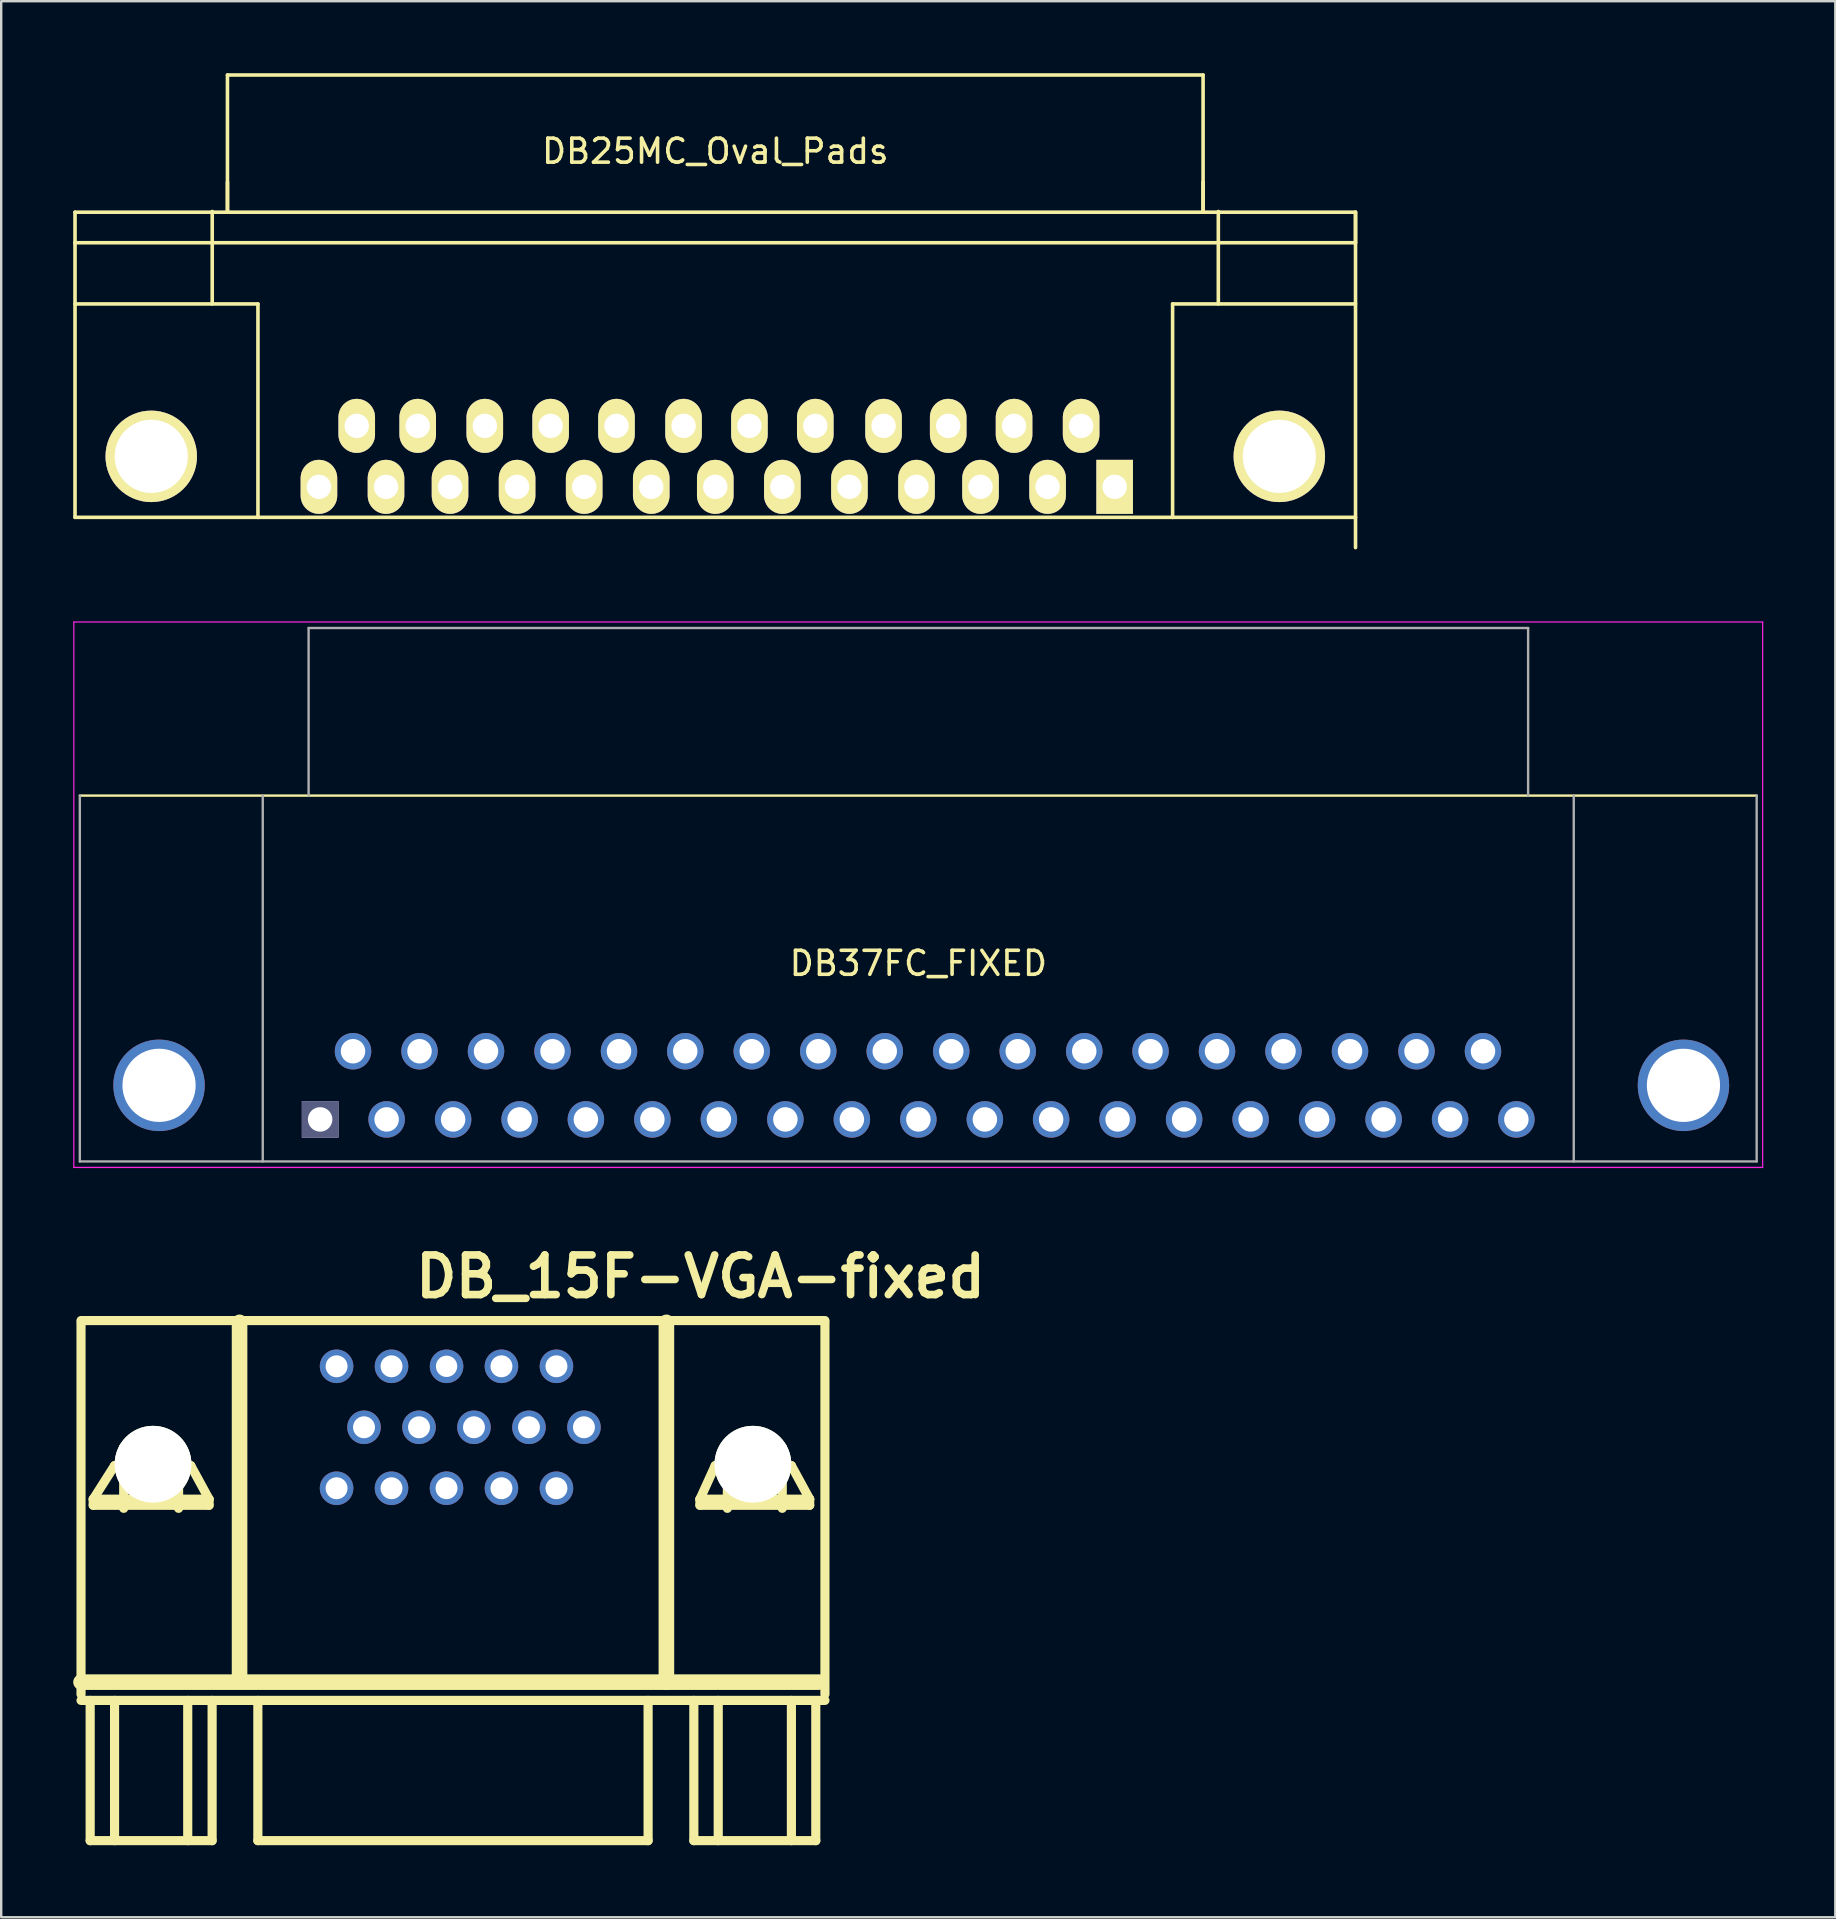
<source format=kicad_pcb>
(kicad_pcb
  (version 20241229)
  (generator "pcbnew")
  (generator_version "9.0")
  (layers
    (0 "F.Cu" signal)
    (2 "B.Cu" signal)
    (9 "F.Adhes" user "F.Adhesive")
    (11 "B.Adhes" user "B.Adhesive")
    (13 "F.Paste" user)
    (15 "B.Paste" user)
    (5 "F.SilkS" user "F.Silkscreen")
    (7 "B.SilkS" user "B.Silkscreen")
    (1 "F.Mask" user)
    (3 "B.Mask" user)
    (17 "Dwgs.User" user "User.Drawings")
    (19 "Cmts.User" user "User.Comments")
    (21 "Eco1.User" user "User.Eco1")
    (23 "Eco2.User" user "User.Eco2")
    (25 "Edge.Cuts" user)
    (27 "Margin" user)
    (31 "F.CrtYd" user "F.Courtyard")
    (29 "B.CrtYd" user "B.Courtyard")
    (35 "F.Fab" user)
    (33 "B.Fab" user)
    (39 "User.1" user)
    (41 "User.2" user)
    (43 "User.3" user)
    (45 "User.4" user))
  (footprint "DB25MC_Oval_Pads"
    (layer "F.Cu")
    (at 26.745 15.96)
    (property "Reference" "DB25MC_Oval_Pads" (at 0 -12.71 0) (layer "F.SilkS") (effects (font (size 1 1) (thickness 0.15))))
    (attr through_hole)
    (fp_line (start -26.67 -10.17) (end -26.67 -8.9) (stroke (width 0.15) (type solid)) (layer "F.SilkS"))
    (fp_line (start -26.67 -8.9) (end 26.67 -8.9) (stroke (width 0.15) (type solid)) (layer "F.SilkS"))
    (fp_line (start -26.67 -6.35) (end -19.05 -6.35) (stroke (width 0.15) (type solid)) (layer "F.SilkS"))
    (fp_line (start -26.67 2.54) (end -26.67 -8.9) (stroke (width 0.15) (type solid)) (layer "F.SilkS"))
    (fp_line (start -26.67 2.54) (end -19.05 2.54) (stroke (width 0.15) (type solid)) (layer "F.SilkS"))
    (fp_line (start -20.955 -10.2) (end -20.955 -6.35) (stroke (width 0.15) (type solid)) (layer "F.SilkS"))
    (fp_line (start -20.32 -15.885) (end -20.32 -10.17) (stroke (width 0.15) (type solid)) (layer "F.SilkS"))
    (fp_line (start -20.32 -15.885) (end 20.32 -15.885) (stroke (width 0.15) (type solid)) (layer "F.SilkS"))
    (fp_line (start -20.32 -10.17) (end -20.32 -11.43) (stroke (width 0.15) (type solid)) (layer "F.SilkS"))
    (fp_line (start -19.05 -6.35) (end -19.05 2.54) (stroke (width 0.15) (type solid)) (layer "F.SilkS"))
    (fp_line (start -19.05 2.54) (end 19.05 2.54) (stroke (width 0.15) (type solid)) (layer "F.SilkS"))
    (fp_line (start 19.05 -6.35) (end 19.05 2.54) (stroke (width 0.15) (type solid)) (layer "F.SilkS"))
    (fp_line (start 19.05 2.54) (end 26.67 2.54) (stroke (width 0.15) (type solid)) (layer "F.SilkS"))
    (fp_line (start 20.32 -15.885) (end 20.32 -10.17) (stroke (width 0.15) (type solid)) (layer "F.SilkS"))
    (fp_line (start 20.32 -10.17) (end 20.32 -11.43) (stroke (width 0.15) (type solid)) (layer "F.SilkS"))
    (fp_line (start 20.955 -10.2) (end 20.955 -6.35) (stroke (width 0.15) (type solid)) (layer "F.SilkS"))
    (fp_line (start 26.67 -10.17) (end -26.67 -10.17) (stroke (width 0.15) (type solid)) (layer "F.SilkS"))
    (fp_line (start 26.67 -10.17) (end 26.67 3.8) (stroke (width 0.15) (type solid)) (layer "F.SilkS"))
    (fp_line (start 26.67 -8.9) (end 26.67 -10.17) (stroke (width 0.15) (type solid)) (layer "F.SilkS"))
    (fp_line (start 26.67 -6.35) (end 19.05 -6.35) (stroke (width 0.15) (type solid)) (layer "F.SilkS"))
    (pad "" thru_hole circle (at -23.495 0) (size 3.81 3.81) (drill 3.048) (layers "*.Cu" "*.Mask" "F.SilkS"))
    (pad "" thru_hole circle (at 23.495 0) (size 3.81 3.81) (drill 3.048) (layers "*.Cu" "*.Mask" "F.SilkS"))
    (pad "1" thru_hole rect (at 16.637 1.27) (size 1.524 2.25) (drill 1.016) (layers "*.Cu" "*.Mask" "F.SilkS"))
    (pad "2" thru_hole oval (at 13.843 1.27) (size 1.524 2.25) (drill 1.016) (layers "*.Cu" "*.Mask" "F.SilkS"))
    (pad "3" thru_hole oval (at 11.049 1.27) (size 1.524 2.25) (drill 1.016) (layers "*.Cu" "*.Mask" "F.SilkS"))
    (pad "4" thru_hole oval (at 8.382 1.27) (size 1.524 2.25) (drill 1.016) (layers "*.Cu" "*.Mask" "F.SilkS"))
    (pad "5" thru_hole oval (at 5.588 1.27) (size 1.524 2.25) (drill 1.016) (layers "*.Cu" "*.Mask" "F.SilkS"))
    (pad "6" thru_hole oval (at 2.794 1.27) (size 1.524 2.25) (drill 1.016) (layers "*.Cu" "*.Mask" "F.SilkS"))
    (pad "7" thru_hole oval (at 0 1.27) (size 1.524 2.25) (drill 1.016) (layers "*.Cu" "*.Mask" "F.SilkS"))
    (pad "8" thru_hole oval (at -2.667 1.27) (size 1.524 2.25) (drill 1.016) (layers "*.Cu" "*.Mask" "F.SilkS"))
    (pad "9" thru_hole oval (at -5.461 1.27) (size 1.524 2.25) (drill 1.016) (layers "*.Cu" "*.Mask" "F.SilkS"))
    (pad "10" thru_hole oval (at -8.255 1.27) (size 1.524 2.25) (drill 1.016) (layers "*.Cu" "*.Mask" "F.SilkS"))
    (pad "11" thru_hole oval (at -11.049 1.27) (size 1.524 2.25) (drill 1.016) (layers "*.Cu" "*.Mask" "F.SilkS"))
    (pad "12" thru_hole oval (at -13.716 1.27) (size 1.524 2.25) (drill 1.016) (layers "*.Cu" "*.Mask" "F.SilkS"))
    (pad "13" thru_hole oval (at -16.51 1.27) (size 1.524 2.25) (drill 1.016) (layers "*.Cu" "*.Mask" "F.SilkS"))
    (pad "14" thru_hole oval (at 15.24 -1.27) (size 1.524 2.25) (drill 1.016) (layers "*.Cu" "*.Mask" "F.SilkS"))
    (pad "15" thru_hole oval (at 12.446 -1.27) (size 1.524 2.25) (drill 1.016) (layers "*.Cu" "*.Mask" "F.SilkS"))
    (pad "16" thru_hole oval (at 9.703 -1.27) (size 1.524 2.25) (drill 1.016) (layers "*.Cu" "*.Mask" "F.SilkS"))
    (pad "17" thru_hole oval (at 7.01 -1.27) (size 1.524 2.25) (drill 1.016) (layers "*.Cu" "*.Mask" "F.SilkS"))
    (pad "18" thru_hole oval (at 4.166 -1.27) (size 1.524 2.25) (drill 1.016) (layers "*.Cu" "*.Mask" "F.SilkS"))
    (pad "19" thru_hole oval (at 1.422 -1.27) (size 1.524 2.25) (drill 1.016) (layers "*.Cu" "*.Mask" "F.SilkS"))
    (pad "20" thru_hole oval (at -1.321 -1.27) (size 1.524 2.25) (drill 1.016) (layers "*.Cu" "*.Mask" "F.SilkS"))
    (pad "21" thru_hole oval (at -4.115 -1.27) (size 1.524 2.25) (drill 1.016) (layers "*.Cu" "*.Mask" "F.SilkS"))
    (pad "22" thru_hole oval (at -6.858 -1.27) (size 1.524 2.25) (drill 1.016) (layers "*.Cu" "*.Mask" "F.SilkS"))
    (pad "23" thru_hole oval (at -9.601 -1.27) (size 1.524 2.25) (drill 1.016) (layers "*.Cu" "*.Mask" "F.SilkS"))
    (pad "24" thru_hole oval (at -12.395 -1.27) (size 1.524 2.25) (drill 1.016) (layers "*.Cu" "*.Mask" "F.SilkS"))
    (pad "25" thru_hole oval (at -14.935 -1.27) (size 1.524 2.25) (drill 1.016) (layers "*.Cu" "*.Mask" "F.SilkS")))
  (footprint "DB37FC_FIXED"
    (layer "F.Cu")
    (at 10.285 43.58)
    (property "Reference" "DB37FC_FIXED" (at 24.92 -6.5 180) (layer "F.SilkS") (effects (font (size 1 1) (thickness 0.15))))
    (attr through_hole)
    (fp_line (start -10.01 -13.49) (end 59.84 -13.49) (stroke (width 0.1) (type solid)) (layer "F.SilkS"))
    (fp_line (start -10.26 -20.72) (end -10.26 2) (stroke (width 0.05) (type solid)) (layer "F.CrtYd"))
    (fp_line (start -10.26 -20.72) (end 60.09 -20.72) (stroke (width 0.05) (type solid)) (layer "F.CrtYd"))
    (fp_line (start 60.09 2) (end -10.26 2) (stroke (width 0.05) (type solid)) (layer "F.CrtYd"))
    (fp_line (start 60.09 2) (end 60.09 -20.72) (stroke (width 0.05) (type solid)) (layer "F.CrtYd"))
    (fp_line (start -10.01 1.75) (end -10.01 -13.49) (stroke (width 0.1) (type solid)) (layer "F.Fab"))
    (fp_line (start -2.39 -13.49) (end -2.39 1.75) (stroke (width 0.1) (type solid)) (layer "F.Fab"))
    (fp_line (start -0.48 -20.47) (end -0.48 -13.49) (stroke (width 0.1) (type solid)) (layer "F.Fab"))
    (fp_line (start 50.32 -20.47) (end -0.48 -20.47) (stroke (width 0.1) (type solid)) (layer "F.Fab"))
    (fp_line (start 50.32 -13.49) (end 50.32 -20.47) (stroke (width 0.1) (type solid)) (layer "F.Fab"))
    (fp_line (start 52.22 -13.49) (end 52.22 1.75) (stroke (width 0.1) (type solid)) (layer "F.Fab"))
    (fp_line (start 59.84 -13.49) (end 59.84 1.75) (stroke (width 0.1) (type solid)) (layer "F.Fab"))
    (fp_line (start 59.84 1.75) (end -10.01 1.75) (stroke (width 0.1) (type solid)) (layer "F.Fab"))
    (pad "1" thru_hole rect (at 0 0 180) (size 1.52 1.52) (drill 1.02) (layers "*.Cu" "*.Mask" "*.Fab"))
    (pad "2" thru_hole circle (at 2.77 0 180) (size 1.52 1.52) (drill 1.02) (layers "*.Cu" "*.Mask"))
    (pad "3" thru_hole circle (at 5.54 0 180) (size 1.52 1.52) (drill 1.02) (layers "*.Cu" "*.Mask"))
    (pad "4" thru_hole circle (at 8.31 0 180) (size 1.52 1.52) (drill 1.02) (layers "*.Cu" "*.Mask"))
    (pad "5" thru_hole circle (at 11.07 0 180) (size 1.52 1.52) (drill 1.02) (layers "*.Cu" "*.Mask"))
    (pad "6" thru_hole circle (at 13.84 0 180) (size 1.52 1.52) (drill 1.02) (layers "*.Cu" "*.Mask"))
    (pad "7" thru_hole circle (at 16.61 0 180) (size 1.52 1.52) (drill 1.02) (layers "*.Cu" "*.Mask"))
    (pad "8" thru_hole circle (at 19.38 0 180) (size 1.52 1.52) (drill 1.02) (layers "*.Cu" "*.Mask"))
    (pad "9" thru_hole circle (at 22.15 0 180) (size 1.52 1.52) (drill 1.02) (layers "*.Cu" "*.Mask"))
    (pad "10" thru_hole circle (at 24.92 0 180) (size 1.52 1.52) (drill 1.02) (layers "*.Cu" "*.Mask"))
    (pad "11" thru_hole circle (at 27.69 0 180) (size 1.52 1.52) (drill 1.02) (layers "*.Cu" "*.Mask"))
    (pad "12" thru_hole circle (at 30.45 0 180) (size 1.52 1.52) (drill 1.02) (layers "*.Cu" "*.Mask"))
    (pad "13" thru_hole circle (at 33.22 0 180) (size 1.52 1.52) (drill 1.02) (layers "*.Cu" "*.Mask"))
    (pad "14" thru_hole circle (at 35.99 0 180) (size 1.52 1.52) (drill 1.02) (layers "*.Cu" "*.Mask"))
    (pad "15" thru_hole circle (at 38.76 0 180) (size 1.52 1.52) (drill 1.02) (layers "*.Cu" "*.Mask"))
    (pad "16" thru_hole circle (at 41.53 0 180) (size 1.52 1.52) (drill 1.02) (layers "*.Cu" "*.Mask"))
    (pad "17" thru_hole circle (at 44.3 0 180) (size 1.52 1.52) (drill 1.02) (layers "*.Cu" "*.Mask"))
    (pad "18" thru_hole circle (at 47.07 0 180) (size 1.52 1.52) (drill 1.02) (layers "*.Cu" "*.Mask"))
    (pad "19" thru_hole circle (at 49.83 0 180) (size 1.52 1.52) (drill 1.02) (layers "*.Cu" "*.Mask"))
    (pad "20" thru_hole circle (at 1.37 -2.84 180) (size 1.52 1.52) (drill 1.02) (layers "*.Cu" "*.Mask"))
    (pad "21" thru_hole circle (at 4.14 -2.84 180) (size 1.52 1.52) (drill 1.02) (layers "*.Cu" "*.Mask"))
    (pad "22" thru_hole circle (at 6.91 -2.84 180) (size 1.52 1.52) (drill 1.02) (layers "*.Cu" "*.Mask"))
    (pad "23" thru_hole circle (at 9.68 -2.84 180) (size 1.52 1.52) (drill 1.02) (layers "*.Cu" "*.Mask"))
    (pad "24" thru_hole circle (at 12.45 -2.84 180) (size 1.52 1.52) (drill 1.02) (layers "*.Cu" "*.Mask"))
    (pad "25" thru_hole circle (at 15.21 -2.84 180) (size 1.52 1.52) (drill 1.02) (layers "*.Cu" "*.Mask"))
    (pad "26" thru_hole circle (at 17.98 -2.84 180) (size 1.52 1.52) (drill 1.02) (layers "*.Cu" "*.Mask"))
    (pad "27" thru_hole circle (at 20.75 -2.84 180) (size 1.52 1.52) (drill 1.02) (layers "*.Cu" "*.Mask"))
    (pad "28" thru_hole circle (at 23.52 -2.84 180) (size 1.52 1.52) (drill 1.02) (layers "*.Cu" "*.Mask"))
    (pad "29" thru_hole circle (at 26.29 -2.84 180) (size 1.52 1.52) (drill 1.02) (layers "*.Cu" "*.Mask"))
    (pad "30" thru_hole circle (at 29.06 -2.84 180) (size 1.52 1.52) (drill 1.02) (layers "*.Cu" "*.Mask"))
    (pad "31" thru_hole circle (at 31.83 -2.84 180) (size 1.52 1.52) (drill 1.02) (layers "*.Cu" "*.Mask"))
    (pad "32" thru_hole circle (at 34.59 -2.84 180) (size 1.52 1.52) (drill 1.02) (layers "*.Cu" "*.Mask"))
    (pad "33" thru_hole circle (at 37.36 -2.84 180) (size 1.52 1.52) (drill 1.02) (layers "*.Cu" "*.Mask"))
    (pad "34" thru_hole circle (at 40.13 -2.84 180) (size 1.52 1.52) (drill 1.02) (layers "*.Cu" "*.Mask"))
    (pad "35" thru_hole circle (at 42.9 -2.84 180) (size 1.52 1.52) (drill 1.02) (layers "*.Cu" "*.Mask"))
    (pad "36" thru_hole circle (at 45.67 -2.84 180) (size 1.52 1.52) (drill 1.02) (layers "*.Cu" "*.Mask"))
    (pad "37" thru_hole circle (at 48.44 -2.84 180) (size 1.52 1.52) (drill 1.02) (layers "*.Cu" "*.Mask"))
    (pad "?" thru_hole circle (at -6.71 -1.42 180) (size 3.81 3.81) (drill 3.05) (layers "*.Cu" "*.Mask"))
    (pad "?" thru_hole circle (at 56.79 -1.42 180) (size 3.81 3.81) (drill 3.05) (layers "*.Cu" "*.Mask")))
  (footprint "DB_15F-VGA-fixed"
    (layer "F.Cu")
    (at 15.819 60.415)
    (property "Reference" "DB_15F-VGA-fixed" (at 10.312 -10.287 0) (layer "F.SilkS") (effects (font (size 1.651 1.651) (thickness 0.318))))
    (attr through_hole)
    (fp_line (start -15.494 -8.382) (end -15.494 7.112) (stroke (width 0.381) (type solid)) (layer "F.SilkS"))
    (fp_line (start -15.494 6.604) (end 15.24 6.604) (stroke (width 0.65) (type solid)) (layer "F.SilkS"))
    (fp_line (start -15.494 7.366) (end 15.494 7.366) (stroke (width 0.381) (type solid)) (layer "F.SilkS"))
    (fp_line (start -15.113 7.366) (end -15.113 13.208) (stroke (width 0.381) (type solid)) (layer "F.SilkS"))
    (fp_line (start -15.113 13.208) (end -10.033 13.208) (stroke (width 0.381) (type solid)) (layer "F.SilkS"))
    (fp_line (start -14.986 -1.016) (end -14.986 -0.762) (stroke (width 0.381) (type solid)) (layer "F.SilkS"))
    (fp_line (start -14.986 -0.762) (end -10.16 -0.762) (stroke (width 0.381) (type solid)) (layer "F.SilkS"))
    (fp_line (start -14.097 -2.413) (end -14.986 -1.016) (stroke (width 0.381) (type solid)) (layer "F.SilkS"))
    (fp_line (start -14.097 -2.413) (end -10.922 -2.413) (stroke (width 0.381) (type solid)) (layer "F.SilkS"))
    (fp_line (start -14.097 7.366) (end -14.097 13.208) (stroke (width 0.381) (type solid)) (layer "F.SilkS"))
    (fp_line (start -13.716 -3.175) (end -11.43 -3.175) (stroke (width 0.381) (type solid)) (layer "F.SilkS"))
    (fp_line (start -13.716 -0.635) (end -13.716 -3.175) (stroke (width 0.381) (type solid)) (layer "F.SilkS"))
    (fp_line (start -11.43 -3.175) (end -11.43 -0.635) (stroke (width 0.381) (type solid)) (layer "F.SilkS"))
    (fp_line (start -11.049 7.366) (end -11.049 13.208) (stroke (width 0.381) (type solid)) (layer "F.SilkS"))
    (fp_line (start -10.922 -2.413) (end -10.16 -1.016) (stroke (width 0.381) (type solid)) (layer "F.SilkS"))
    (fp_line (start -10.16 -1.016) (end -14.986 -1.016) (stroke (width 0.381) (type solid)) (layer "F.SilkS"))
    (fp_line (start -10.16 -0.762) (end -10.16 -1.016) (stroke (width 0.381) (type solid)) (layer "F.SilkS"))
    (fp_line (start -10.033 7.366) (end -10.033 13.208) (stroke (width 0.381) (type solid)) (layer "F.SilkS"))
    (fp_line (start -8.89 -8.382) (end -8.89 6.35) (stroke (width 0.65) (type solid)) (layer "F.SilkS"))
    (fp_line (start -8.128 7.366) (end -8.128 13.208) (stroke (width 0.381) (type solid)) (layer "F.SilkS"))
    (fp_line (start -8.128 13.208) (end 8.128 13.208) (stroke (width 0.381) (type solid)) (layer "F.SilkS"))
    (fp_line (start 8.128 13.208) (end 8.128 7.366) (stroke (width 0.381) (type solid)) (layer "F.SilkS"))
    (fp_line (start 8.89 -8.382) (end 8.89 6.604) (stroke (width 0.65) (type solid)) (layer "F.SilkS"))
    (fp_line (start 10.033 7.366) (end 10.033 13.208) (stroke (width 0.381) (type solid)) (layer "F.SilkS"))
    (fp_line (start 10.033 13.208) (end 15.113 13.208) (stroke (width 0.381) (type solid)) (layer "F.SilkS"))
    (fp_line (start 10.287 -1.016) (end 10.287 -0.762) (stroke (width 0.381) (type solid)) (layer "F.SilkS"))
    (fp_line (start 10.287 -0.762) (end 14.859 -0.762) (stroke (width 0.381) (type solid)) (layer "F.SilkS"))
    (fp_line (start 10.922 -2.413) (end 10.287 -1.016) (stroke (width 0.381) (type solid)) (layer "F.SilkS"))
    (fp_line (start 10.922 -2.413) (end 14.097 -2.413) (stroke (width 0.381) (type solid)) (layer "F.SilkS"))
    (fp_line (start 11.049 7.366) (end 11.049 13.208) (stroke (width 0.381) (type solid)) (layer "F.SilkS"))
    (fp_line (start 11.43 -3.175) (end 13.716 -3.175) (stroke (width 0.381) (type solid)) (layer "F.SilkS"))
    (fp_line (start 11.43 -0.635) (end 11.43 -3.175) (stroke (width 0.381) (type solid)) (layer "F.SilkS"))
    (fp_line (start 13.716 -3.175) (end 13.716 -0.635) (stroke (width 0.381) (type solid)) (layer "F.SilkS"))
    (fp_line (start 14.097 -2.413) (end 14.859 -1.016) (stroke (width 0.381) (type solid)) (layer "F.SilkS"))
    (fp_line (start 14.097 7.366) (end 14.097 13.208) (stroke (width 0.381) (type solid)) (layer "F.SilkS"))
    (fp_line (start 14.859 -1.016) (end 10.287 -1.016) (stroke (width 0.381) (type solid)) (layer "F.SilkS"))
    (fp_line (start 14.859 -0.762) (end 14.859 -1.016) (stroke (width 0.381) (type solid)) (layer "F.SilkS"))
    (fp_line (start 15.113 13.208) (end 15.113 7.493) (stroke (width 0.381) (type solid)) (layer "F.SilkS"))
    (fp_line (start 15.494 -8.456) (end -15.494 -8.456) (stroke (width 0.381) (type solid)) (layer "F.SilkS"))
    (fp_line (start 15.494 -8.382) (end 15.494 7.112) (stroke (width 0.381) (type solid)) (layer "F.SilkS"))
    (pad "" np_thru_hole circle (at -12.494 -2.471) (size 3.2 3.2) (drill 3.2) (layers "*.Cu" "*.Mask" "F.SilkS"))
    (pad "" np_thru_hole circle (at 12.494 -2.471) (size 3.2 3.2) (drill 3.2) (layers "*.Cu" "*.Mask" "F.SilkS"))
    (pad "1" thru_hole circle (at 4.31 -6.551) (size 1.397 1.397) (drill 0.914) (layers "*.Cu" "*.Mask"))
    (pad "2" thru_hole circle (at 2.019 -6.551) (size 1.397 1.397) (drill 0.914) (layers "*.Cu" "*.Mask"))
    (pad "3" thru_hole circle (at -0.267 -6.551) (size 1.397 1.397) (drill 0.889) (layers "*.Cu" "*.Mask"))
    (pad "4" thru_hole circle (at -2.56 -6.551) (size 1.397 1.397) (drill 0.914) (layers "*.Cu" "*.Mask"))
    (pad "5" thru_hole circle (at -4.849 -6.551) (size 1.397 1.397) (drill 0.914) (layers "*.Cu" "*.Mask"))
    (pad "6" thru_hole circle (at 5.456 -4.011) (size 1.397 1.397) (drill 0.914) (layers "*.Cu" "*.Mask"))
    (pad "7" thru_hole circle (at 3.165 -4.011) (size 1.397 1.397) (drill 0.914) (layers "*.Cu" "*.Mask"))
    (pad "8" thru_hole circle (at 0.874 -4.011) (size 1.397 1.397) (drill 0.914) (layers "*.Cu" "*.Mask"))
    (pad "9" thru_hole circle (at -1.415 -4.011) (size 1.397 1.397) (drill 0.914) (layers "*.Cu" "*.Mask"))
    (pad "10" thru_hole circle (at -3.706 -4.011) (size 1.397 1.397) (drill 0.914) (layers "*.Cu" "*.Mask"))
    (pad "11" thru_hole circle (at 4.31 -1.471) (size 1.397 1.397) (drill 0.914) (layers "*.Cu" "*.Mask"))
    (pad "12" thru_hole circle (at 2.019 -1.471) (size 1.397 1.397) (drill 0.914) (layers "*.Cu" "*.Mask"))
    (pad "13" thru_hole circle (at -0.269 -1.473) (size 1.397 1.397) (drill 0.914) (layers "*.Cu" "*.Mask"))
    (pad "14" thru_hole circle (at -2.56 -1.471) (size 1.397 1.397) (drill 0.914) (layers "*.Cu" "*.Mask"))
    (pad "15" thru_hole circle (at -4.849 -1.471) (size 1.397 1.397) (drill 0.914) (layers "*.Cu" "*.Mask")))
  (gr_rect
    (start -3 -3)
    (end 73.4 76.814)
    (stroke (width 0.1) (type default))
    (fill no)
    (layer "Edge.Cuts")))
</source>
